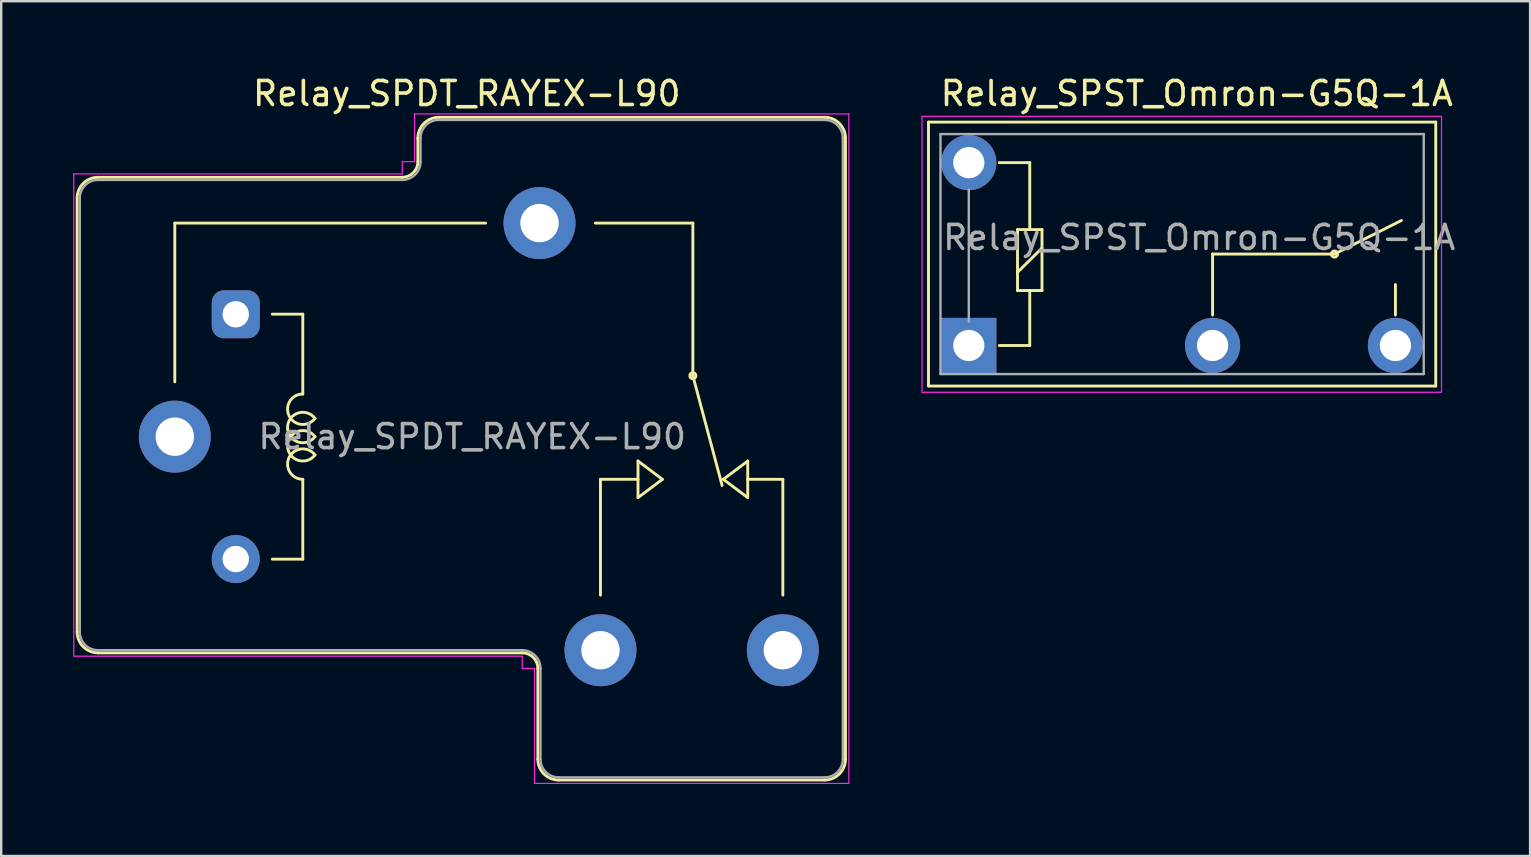
<source format=kicad_pcb>
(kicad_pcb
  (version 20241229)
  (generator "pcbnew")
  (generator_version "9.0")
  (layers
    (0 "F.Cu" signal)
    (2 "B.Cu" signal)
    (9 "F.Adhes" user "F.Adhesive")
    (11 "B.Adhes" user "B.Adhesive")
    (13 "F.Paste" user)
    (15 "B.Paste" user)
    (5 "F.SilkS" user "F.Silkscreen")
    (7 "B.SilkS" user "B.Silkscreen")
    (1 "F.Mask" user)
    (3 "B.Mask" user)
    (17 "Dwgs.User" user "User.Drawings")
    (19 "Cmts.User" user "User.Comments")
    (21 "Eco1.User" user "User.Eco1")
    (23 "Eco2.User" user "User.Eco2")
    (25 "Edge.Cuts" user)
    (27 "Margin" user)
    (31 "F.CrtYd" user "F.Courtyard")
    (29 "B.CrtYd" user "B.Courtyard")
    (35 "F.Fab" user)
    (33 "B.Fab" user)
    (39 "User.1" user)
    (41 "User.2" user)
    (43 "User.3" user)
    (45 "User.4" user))
  (footprint "Relay_SPST_Omron-G5Q-1A"
    (layer "F.Cu")
    (at 37.325 11.348)
    (property "Reference" "Relay_SPST_Omron-G5Q-1A" (at 9.5 -10.5 180) (layer "F.SilkS") (effects (font (size 1 1) (thickness 0.15))))
    (attr through_hole)
    (fp_line (start -1.68 -9.31) (end 19.46 -9.31) (stroke (width 0.12) (type solid)) (layer "F.SilkS"))
    (fp_line (start -1.68 1.69) (end -1.68 -9.31) (stroke (width 0.12) (type solid)) (layer "F.SilkS"))
    (fp_line (start -1.68 1.69) (end 19.46 1.69) (stroke (width 0.12) (type solid)) (layer "F.SilkS"))
    (fp_line (start 1.27 0) (end 2.54 0) (stroke (width 0.12) (type solid)) (layer "F.SilkS"))
    (fp_line (start 2.03 -4.83) (end 2.54 -4.83) (stroke (width 0.12) (type solid)) (layer "F.SilkS"))
    (fp_line (start 2.03 -3.05) (end 3.05 -4.06) (stroke (width 0.12) (type solid)) (layer "F.SilkS"))
    (fp_line (start 2.03 -2.29) (end 2.03 -4.83) (stroke (width 0.12) (type solid)) (layer "F.SilkS"))
    (fp_line (start 2.54 -7.62) (end 1.27 -7.62) (stroke (width 0.12) (type solid)) (layer "F.SilkS"))
    (fp_line (start 2.54 -4.83) (end 2.54 -7.62) (stroke (width 0.12) (type solid)) (layer "F.SilkS"))
    (fp_line (start 2.54 -4.83) (end 3.05 -4.83) (stroke (width 0.12) (type solid)) (layer "F.SilkS"))
    (fp_line (start 2.54 -2.29) (end 2.03 -2.29) (stroke (width 0.12) (type solid)) (layer "F.SilkS"))
    (fp_line (start 2.54 0) (end 2.54 -2.29) (stroke (width 0.12) (type solid)) (layer "F.SilkS"))
    (fp_line (start 3.05 -4.83) (end 3.05 -2.29) (stroke (width 0.12) (type solid)) (layer "F.SilkS"))
    (fp_line (start 3.05 -2.29) (end 2.54 -2.29) (stroke (width 0.12) (type solid)) (layer "F.SilkS"))
    (fp_line (start 10.16 -3.81) (end 15.24 -3.81) (stroke (width 0.12) (type solid)) (layer "F.SilkS"))
    (fp_line (start 10.16 -1.27) (end 10.16 -3.81) (stroke (width 0.12) (type solid)) (layer "F.SilkS"))
    (fp_line (start 15.24 -3.81) (end 18.03 -5.21) (stroke (width 0.12) (type solid)) (layer "F.SilkS"))
    (fp_line (start 17.78 -1.27) (end 17.78 -2.54) (stroke (width 0.12) (type solid)) (layer "F.SilkS"))
    (fp_line (start 19.46 1.69) (end 19.46 -9.31) (stroke (width 0.12) (type solid)) (layer "F.SilkS"))
    (fp_circle (center 15.24 -3.81) (end 15.24 -3.68) (stroke (width 0.12) (type solid)) (fill no) (layer "F.SilkS"))
    (fp_line (start -1.95 -9.55) (end 19.7 -9.55) (stroke (width 0.05) (type solid)) (layer "F.CrtYd"))
    (fp_line (start -1.95 1.95) (end -1.95 -9.55) (stroke (width 0.05) (type solid)) (layer "F.CrtYd"))
    (fp_line (start 19.7 -9.55) (end 19.7 1.95) (stroke (width 0.05) (type solid)) (layer "F.CrtYd"))
    (fp_line (start 19.7 1.95) (end -1.95 1.95) (stroke (width 0.05) (type solid)) (layer "F.CrtYd"))
    (fp_line (start -1.18 -8.81) (end 18.96 -8.81) (stroke (width 0.1) (type solid)) (layer "F.Fab"))
    (fp_line (start -1.18 1.19) (end -1.18 -8.81) (stroke (width 0.1) (type solid)) (layer "F.Fab"))
    (fp_line (start 0 -1) (end 0 -6.5) (stroke (width 0.1) (type solid)) (layer "F.Fab"))
    (fp_line (start 18.96 -8.81) (end 18.96 1.19) (stroke (width 0.1) (type solid)) (layer "F.Fab"))
    (fp_line (start 18.96 1.19) (end -1.18 1.19) (stroke (width 0.1) (type solid)) (layer "F.Fab"))
    (fp_text user "${REFERENCE}" (at 9.6 -4.5 0) (layer "F.Fab") (effects (font (size 1 1) (thickness 0.15))))
    (pad "1" thru_hole rect (at 0 0 180) (size 2.3 2.3) (drill 1.3) (layers "*.Cu" "*.Mask"))
    (pad "2" thru_hole circle (at 10.16 0 180) (size 2.3 2.3) (drill 1.3) (layers "*.Cu" "*.Mask"))
    (pad "3" thru_hole circle (at 17.78 0 180) (size 2.3 2.3) (drill 1.3) (layers "*.Cu" "*.Mask"))
    (pad "5" thru_hole circle (at 0 -7.62 180) (size 2.3 2.3) (drill 1.3) (layers "*.Cu" "*.Mask")))
  (footprint "Relay_SPDT_RAYEX-L90"
    (layer "F.Cu")
    (at 4.235 15.148)
    (property "Reference" "Relay_SPDT_RAYEX-L90" (at 12.167 -14.3 0) (layer "F.SilkS") (effects (font (size 1 1) (thickness 0.15))))
    (attr through_hole)
    (fp_line (start -4.07 -9.94) (end -4.07 8.14) (stroke (width 0.12) (type solid)) (layer "F.SilkS"))
    (fp_line (start -3.2 -10.81) (end 9.48 -10.81) (stroke (width 0.12) (type solid)) (layer "F.SilkS"))
    (fp_line (start -3.2 9.01) (end 14.48 9.01) (stroke (width 0.12) (type solid)) (layer "F.SilkS"))
    (fp_line (start 0 -8.9) (end 0 -2.286) (stroke (width 0.12) (type solid)) (layer "F.SilkS"))
    (fp_line (start 0 -8.9) (end 12.954 -8.9) (stroke (width 0.12) (type solid)) (layer "F.SilkS"))
    (fp_line (start 4.064 -5.105) (end 5.334 -5.105) (stroke (width 0.12) (type solid)) (layer "F.SilkS"))
    (fp_line (start 5.334 -1.778) (end 5.334 -5.105) (stroke (width 0.12) (type solid)) (layer "F.SilkS"))
    (fp_line (start 5.334 5.105) (end 4.064 5.105) (stroke (width 0.12) (type solid)) (layer "F.SilkS"))
    (fp_line (start 5.334 5.105) (end 5.334 1.778) (stroke (width 0.12) (type solid)) (layer "F.SilkS"))
    (fp_line (start 10.13 -12.44) (end 10.13 -11.46) (stroke (width 0.12) (type solid)) (layer "F.SilkS"))
    (fp_line (start 11 -13.31) (end 27.08 -13.31) (stroke (width 0.12) (type solid)) (layer "F.SilkS"))
    (fp_line (start 15.13 9.66) (end 15.13 13.44) (stroke (width 0.12) (type solid)) (layer "F.SilkS"))
    (fp_line (start 16 14.31) (end 27.08 14.31) (stroke (width 0.12) (type solid)) (layer "F.SilkS"))
    (fp_line (start 17.74 1.778) (end 19.304 1.778) (stroke (width 0.12) (type solid)) (layer "F.SilkS"))
    (fp_line (start 17.74 6.604) (end 17.74 1.778) (stroke (width 0.12) (type solid)) (layer "F.SilkS"))
    (fp_line (start 19.304 1.016) (end 19.304 2.54) (stroke (width 0.12) (type solid)) (layer "F.SilkS"))
    (fp_line (start 19.304 2.54) (end 20.32 1.778) (stroke (width 0.12) (type solid)) (layer "F.SilkS"))
    (fp_line (start 20.32 1.778) (end 19.304 1.016) (stroke (width 0.12) (type solid)) (layer "F.SilkS"))
    (fp_line (start 21.59 -8.9) (end 17.526 -8.9) (stroke (width 0.12) (type solid)) (layer "F.SilkS"))
    (fp_line (start 21.59 -2.54) (end 21.59 -8.9) (stroke (width 0.12) (type solid)) (layer "F.SilkS"))
    (fp_line (start 21.59 -2.54) (end 22.809 2.032) (stroke (width 0.12) (type solid)) (layer "F.SilkS"))
    (fp_line (start 22.86 1.778) (end 23.876 1.016) (stroke (width 0.12) (type solid)) (layer "F.SilkS"))
    (fp_line (start 23.876 1.778) (end 25.34 1.778) (stroke (width 0.12) (type solid)) (layer "F.SilkS"))
    (fp_line (start 23.876 2.54) (end 22.86 1.778) (stroke (width 0.12) (type solid)) (layer "F.SilkS"))
    (fp_line (start 23.876 2.54) (end 23.876 1.016) (stroke (width 0.12) (type solid)) (layer "F.SilkS"))
    (fp_line (start 25.34 1.778) (end 25.34 6.604) (stroke (width 0.12) (type solid)) (layer "F.SilkS"))
    (fp_line (start 27.95 -12.44) (end 27.95 13.44) (stroke (width 0.12) (type solid)) (layer "F.SilkS"))
    (fp_arc (start -4.07 -9.94) (mid -3.815183 -10.555183) (end -3.2 -10.81) (stroke (width 0.12) (type solid)) (layer "F.SilkS"))
    (fp_arc (start -3.2 9.01) (mid -3.815183 8.755183) (end -4.07 8.14) (stroke (width 0.12) (type solid)) (layer "F.SilkS"))
    (fp_arc (start 5.334002 1.777997) (mid 4.765966 0.859166) (end 5.841802 0.76173) (stroke (width 0.12) (type solid)) (layer "F.SilkS"))
    (fp_arc (start 5.8418 -0.761733) (mid 4.765964 -0.859168) (end 5.334 -1.778) (stroke (width 0.12) (type solid)) (layer "F.SilkS"))
    (fp_arc (start 5.842265 -0.000355) (mid 4.699002 -0.38078) (end 5.842 -0.762001) (stroke (width 0.12) (type solid)) (layer "F.SilkS"))
    (fp_arc (start 5.842266 0.761644) (mid 4.699003 0.381219) (end 5.842001 -0.000002) (stroke (width 0.12) (type solid)) (layer "F.SilkS"))
    (fp_arc (start 10.13 -12.44) (mid 10.384817 -13.055183) (end 11 -13.31) (stroke (width 0.12) (type solid)) (layer "F.SilkS"))
    (fp_arc (start 10.13 -11.46) (mid 9.939619 -11.000381) (end 9.48 -10.81) (stroke (width 0.12) (type solid)) (layer "F.SilkS"))
    (fp_arc (start 14.48 9.01) (mid 14.939619 9.200381) (end 15.13 9.66) (stroke (width 0.12) (type solid)) (layer "F.SilkS"))
    (fp_arc (start 16 14.31) (mid 15.384817 14.055183) (end 15.13 13.44) (stroke (width 0.12) (type solid)) (layer "F.SilkS"))
    (fp_arc (start 27.08 -13.31) (mid 27.695183 -13.055183) (end 27.95 -12.44) (stroke (width 0.12) (type solid)) (layer "F.SilkS"))
    (fp_arc (start 27.95 13.44) (mid 27.695183 14.055183) (end 27.08 14.31) (stroke (width 0.12) (type solid)) (layer "F.SilkS"))
    (fp_circle (center 21.59 -2.54) (end 21.59 -2.413) (stroke (width 0.12) (type solid)) (fill no) (layer "F.SilkS"))
    (fp_line (start -4.21 -10.95) (end -4.21 9.15) (stroke (width 0.05) (type solid)) (layer "F.CrtYd"))
    (fp_line (start -4.21 -10.95) (end 9.48 -10.95) (stroke (width 0.05) (type solid)) (layer "F.CrtYd"))
    (fp_line (start -4.21 9.15) (end 14.48 9.15) (stroke (width 0.05) (type solid)) (layer "F.CrtYd"))
    (fp_line (start 9.48 -11.46) (end 9.48 -10.95) (stroke (width 0.05) (type solid)) (layer "F.CrtYd"))
    (fp_line (start 9.48 -11.46) (end 9.99 -11.46) (stroke (width 0.05) (type solid)) (layer "F.CrtYd"))
    (fp_line (start 9.99 -13.45) (end 9.99 -11.46) (stroke (width 0.05) (type solid)) (layer "F.CrtYd"))
    (fp_line (start 9.99 -13.45) (end 28.09 -13.45) (stroke (width 0.05) (type solid)) (layer "F.CrtYd"))
    (fp_line (start 14.48 9.15) (end 14.48 9.66) (stroke (width 0.05) (type solid)) (layer "F.CrtYd"))
    (fp_line (start 14.48 9.66) (end 14.99 9.66) (stroke (width 0.05) (type solid)) (layer "F.CrtYd"))
    (fp_line (start 14.99 9.66) (end 14.99 14.45) (stroke (width 0.05) (type solid)) (layer "F.CrtYd"))
    (fp_line (start 14.99 14.45) (end 28.09 14.45) (stroke (width 0.05) (type solid)) (layer "F.CrtYd"))
    (fp_line (start 28.09 -13.45) (end 28.09 14.45) (stroke (width 0.05) (type solid)) (layer "F.CrtYd"))
    (fp_line (start -3.96 -9.94) (end -3.96 8.14) (stroke (width 0.1) (type solid)) (layer "F.Fab"))
    (fp_line (start -3.2 -10.7) (end 9.48 -10.7) (stroke (width 0.1) (type solid)) (layer "F.Fab"))
    (fp_line (start -3.2 8.9) (end 14.48 8.9) (stroke (width 0.1) (type solid)) (layer "F.Fab"))
    (fp_line (start 10.24 -12.44) (end 10.24 -11.46) (stroke (width 0.1) (type solid)) (layer "F.Fab"))
    (fp_line (start 11 -13.2) (end 27.08 -13.2) (stroke (width 0.1) (type solid)) (layer "F.Fab"))
    (fp_line (start 15.24 9.66) (end 15.24 13.44) (stroke (width 0.1) (type solid)) (layer "F.Fab"))
    (fp_line (start 16 14.2) (end 27.08 14.2) (stroke (width 0.1) (type solid)) (layer "F.Fab"))
    (fp_line (start 27.84 -12.44) (end 27.84 13.44) (stroke (width 0.1) (type solid)) (layer "F.Fab"))
    (fp_arc (start -3.96 -9.94) (mid -3.737401 -10.477401) (end -3.2 -10.7) (stroke (width 0.1) (type solid)) (layer "F.Fab"))
    (fp_arc (start -3.2 8.9) (mid -3.737401 8.677401) (end -3.96 8.14) (stroke (width 0.1) (type solid)) (layer "F.Fab"))
    (fp_arc (start 10.24 -12.44) (mid 10.462599 -12.977401) (end 11 -13.2) (stroke (width 0.1) (type solid)) (layer "F.Fab"))
    (fp_arc (start 10.24 -11.46) (mid 10.017401 -10.922599) (end 9.48 -10.7) (stroke (width 0.1) (type solid)) (layer "F.Fab"))
    (fp_arc (start 14.48 8.9) (mid 15.017401 9.122599) (end 15.24 9.66) (stroke (width 0.1) (type solid)) (layer "F.Fab"))
    (fp_arc (start 16 14.2) (mid 15.462599 13.977401) (end 15.24 13.44) (stroke (width 0.1) (type solid)) (layer "F.Fab"))
    (fp_arc (start 27.08 -13.2) (mid 27.617401 -12.977401) (end 27.84 -12.44) (stroke (width 0.1) (type solid)) (layer "F.Fab"))
    (fp_arc (start 27.84 13.44) (mid 27.617401 13.977401) (end 27.08 14.2) (stroke (width 0.1) (type solid)) (layer "F.Fab"))
    (fp_text user "${REFERENCE}" (at 12.395 0 0) (layer "F.Fab") (effects (font (size 1 1) (thickness 0.15))))
    (pad "11A" thru_hole circle (at 0 0 180) (size 3 3) (drill 1.6) (layers "*.Cu" "*.Mask"))
    (pad "11B" thru_hole circle (at 15.2 -8.9 180) (size 3 3) (drill 1.6) (layers "*.Cu" "*.Mask"))
    (pad "12" thru_hole circle (at 25.34 8.9 180) (size 3 3) (drill 1.6) (layers "*.Cu" "*.Mask"))
    (pad "14" thru_hole circle (at 17.74 8.9 180) (size 3 3) (drill 1.6) (layers "*.Cu" "*.Mask"))
    (pad "A1" thru_hole roundrect (at 2.54 -5.1 180) (size 2 2) (drill 1.1) (layers "*.Cu" "*.Mask") (roundrect_rratio 0.25))
    (pad "A2" thru_hole circle (at 2.54 5.1 180) (size 2 2) (drill 1.1) (layers "*.Cu" "*.Mask")))
  (gr_rect
    (start -3 -3)
    (end 60.717 32.623)
    (stroke (width 0.1) (type default))
    (fill no)
    (layer "Edge.Cuts")))
</source>
